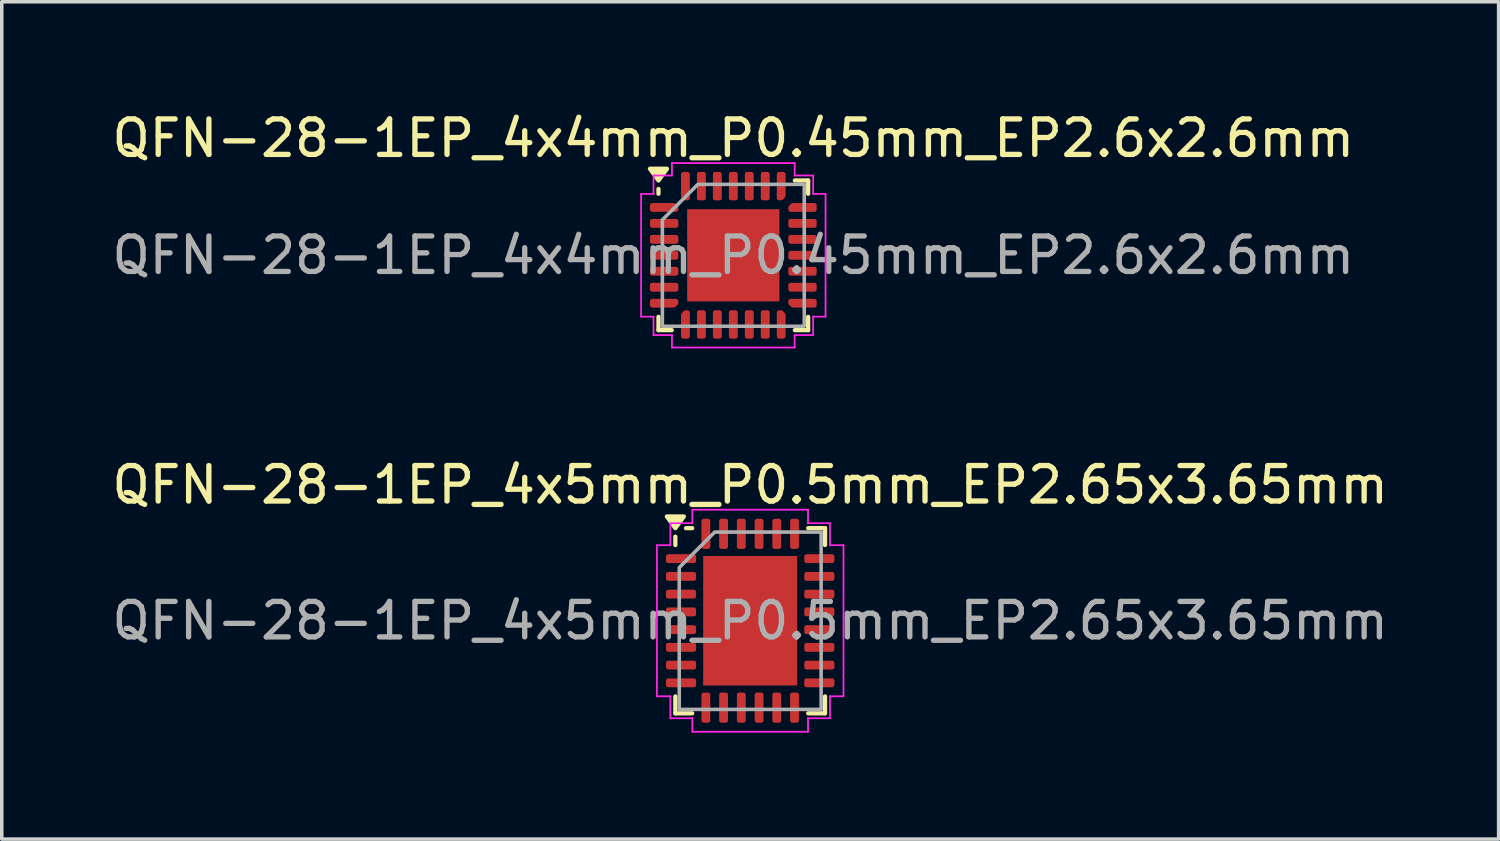
<source format=kicad_pcb>
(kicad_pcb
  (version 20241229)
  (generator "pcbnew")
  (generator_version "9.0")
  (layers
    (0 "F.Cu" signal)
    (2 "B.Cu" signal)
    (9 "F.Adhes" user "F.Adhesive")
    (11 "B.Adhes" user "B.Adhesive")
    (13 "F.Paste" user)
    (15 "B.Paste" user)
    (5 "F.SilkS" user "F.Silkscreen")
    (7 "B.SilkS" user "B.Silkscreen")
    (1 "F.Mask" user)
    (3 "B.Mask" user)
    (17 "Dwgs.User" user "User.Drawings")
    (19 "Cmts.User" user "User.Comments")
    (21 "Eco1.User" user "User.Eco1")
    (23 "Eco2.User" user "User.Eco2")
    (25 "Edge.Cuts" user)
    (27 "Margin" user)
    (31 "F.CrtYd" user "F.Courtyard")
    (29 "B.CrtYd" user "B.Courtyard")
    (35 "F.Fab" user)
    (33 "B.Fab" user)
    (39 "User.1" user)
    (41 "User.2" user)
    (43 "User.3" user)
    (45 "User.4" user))
  (footprint "QFN-28-1EP_4x4mm_P0.45mm_EP2.6x2.6mm"
    (layer "F.Cu")
    (at 17.625 4.148)
    (property "Reference" "QFN-28-1EP_4x4mm_P0.45mm_EP2.6x2.6mm" (at 0 -3.3 0) (layer "F.SilkS") (effects (font (size 1 1) (thickness 0.15))))
    (attr smd)
    (fp_line (start -2.11 -1.735) (end -2.11 -1.87) (stroke (width 0.12) (type solid)) (layer "F.SilkS"))
    (fp_line (start -2.11 2.11) (end -2.11 1.735) (stroke (width 0.12) (type solid)) (layer "F.SilkS"))
    (fp_line (start -1.735 2.11) (end -2.11 2.11) (stroke (width 0.12) (type solid)) (layer "F.SilkS"))
    (fp_line (start 1.735 -2.11) (end 2.11 -2.11) (stroke (width 0.12) (type solid)) (layer "F.SilkS"))
    (fp_line (start 1.735 2.11) (end 2.11 2.11) (stroke (width 0.12) (type solid)) (layer "F.SilkS"))
    (fp_line (start 2.11 -2.11) (end 2.11 -1.735) (stroke (width 0.12) (type solid)) (layer "F.SilkS"))
    (fp_line (start 2.11 2.11) (end 2.11 1.735) (stroke (width 0.12) (type solid)) (layer "F.SilkS"))
    (fp_poly (pts (xy -2.11 -2.11) (xy -2.35 -2.44) (xy -1.87 -2.44)) (stroke (width 0.12) (type solid)) (fill yes) (layer "F.SilkS"))
    (fp_line (start -2.6 -1.73) (end -2.25 -1.73) (stroke (width 0.05) (type solid)) (layer "F.CrtYd"))
    (fp_line (start -2.6 1.73) (end -2.6 -1.73) (stroke (width 0.05) (type solid)) (layer "F.CrtYd"))
    (fp_line (start -2.25 -2.25) (end -1.73 -2.25) (stroke (width 0.05) (type solid)) (layer "F.CrtYd"))
    (fp_line (start -2.25 -1.73) (end -2.25 -2.25) (stroke (width 0.05) (type solid)) (layer "F.CrtYd"))
    (fp_line (start -2.25 1.73) (end -2.6 1.73) (stroke (width 0.05) (type solid)) (layer "F.CrtYd"))
    (fp_line (start -2.25 2.25) (end -2.25 1.73) (stroke (width 0.05) (type solid)) (layer "F.CrtYd"))
    (fp_line (start -1.73 -2.6) (end 1.73 -2.6) (stroke (width 0.05) (type solid)) (layer "F.CrtYd"))
    (fp_line (start -1.73 -2.25) (end -1.73 -2.6) (stroke (width 0.05) (type solid)) (layer "F.CrtYd"))
    (fp_line (start -1.73 2.25) (end -2.25 2.25) (stroke (width 0.05) (type solid)) (layer "F.CrtYd"))
    (fp_line (start -1.73 2.6) (end -1.73 2.25) (stroke (width 0.05) (type solid)) (layer "F.CrtYd"))
    (fp_line (start 1.73 -2.6) (end 1.73 -2.25) (stroke (width 0.05) (type solid)) (layer "F.CrtYd"))
    (fp_line (start 1.73 -2.25) (end 2.25 -2.25) (stroke (width 0.05) (type solid)) (layer "F.CrtYd"))
    (fp_line (start 1.73 2.25) (end 1.73 2.6) (stroke (width 0.05) (type solid)) (layer "F.CrtYd"))
    (fp_line (start 1.73 2.6) (end -1.73 2.6) (stroke (width 0.05) (type solid)) (layer "F.CrtYd"))
    (fp_line (start 2.25 -2.25) (end 2.25 -1.73) (stroke (width 0.05) (type solid)) (layer "F.CrtYd"))
    (fp_line (start 2.25 -1.73) (end 2.6 -1.73) (stroke (width 0.05) (type solid)) (layer "F.CrtYd"))
    (fp_line (start 2.25 1.73) (end 2.25 2.25) (stroke (width 0.05) (type solid)) (layer "F.CrtYd"))
    (fp_line (start 2.25 2.25) (end 1.73 2.25) (stroke (width 0.05) (type solid)) (layer "F.CrtYd"))
    (fp_line (start 2.6 -1.73) (end 2.6 1.73) (stroke (width 0.05) (type solid)) (layer "F.CrtYd"))
    (fp_line (start 2.6 1.73) (end 2.25 1.73) (stroke (width 0.05) (type solid)) (layer "F.CrtYd"))
    (fp_poly (pts (xy -2 -1) (xy -2 2) (xy 2 2) (xy 2 -2) (xy -1 -2)) (stroke (width 0.1) (type solid)) (fill no) (layer "F.Fab"))
    (fp_text user "${REFERENCE}" (at 0 0 0) (layer "F.Fab") (effects (font (size 1 1) (thickness 0.15))))
    (pad "" smd roundrect (at -0.65 -0.65) (size 1.05 1.05) (layers "F.Paste") (roundrect_rratio 0.238))
    (pad "" smd roundrect (at -0.65 0.65) (size 1.05 1.05) (layers "F.Paste") (roundrect_rratio 0.238))
    (pad "" smd roundrect (at 0.65 -0.65) (size 1.05 1.05) (layers "F.Paste") (roundrect_rratio 0.238))
    (pad "" smd roundrect (at 0.65 0.65) (size 1.05 1.05) (layers "F.Paste") (roundrect_rratio 0.238))
    (pad "1" smd custom (at -1.95 -1.35) (size 0.179 0.179) (layers "F.Cu" "F.Mask" "F.Paste") (options (anchor circle)) (primitives (gr_poly (pts (xy -0.338 -0.062) (xy 0.274 -0.062) (xy 0.338 0.001) (xy 0.338 0.062) (xy -0.338 0.062)) (width 0.125) (fill yes))))
    (pad "2" smd roundrect (at -1.95 -0.9) (size 0.8 0.25) (layers "F.Cu" "F.Mask" "F.Paste") (roundrect_rratio 0.25))
    (pad "3" smd roundrect (at -1.95 -0.45) (size 0.8 0.25) (layers "F.Cu" "F.Mask" "F.Paste") (roundrect_rratio 0.25))
    (pad "4" smd roundrect (at -1.95 0) (size 0.8 0.25) (layers "F.Cu" "F.Mask" "F.Paste") (roundrect_rratio 0.25))
    (pad "5" smd roundrect (at -1.95 0.45) (size 0.8 0.25) (layers "F.Cu" "F.Mask" "F.Paste") (roundrect_rratio 0.25))
    (pad "6" smd roundrect (at -1.95 0.9) (size 0.8 0.25) (layers "F.Cu" "F.Mask" "F.Paste") (roundrect_rratio 0.25))
    (pad "7" smd custom (at -1.95 1.35) (size 0.179 0.179) (layers "F.Cu" "F.Mask" "F.Paste") (options (anchor circle)) (primitives (gr_poly (pts (xy -0.338 -0.062) (xy 0.338 -0.062) (xy 0.338 -0.001) (xy 0.274 0.062) (xy -0.338 0.062)) (width 0.125) (fill yes))))
    (pad "8" smd custom (at -1.35 1.95) (size 0.179 0.179) (layers "F.Cu" "F.Mask" "F.Paste") (options (anchor circle)) (primitives (gr_poly (pts (xy -0.062 -0.274) (xy 0.001 -0.338) (xy 0.062 -0.338) (xy 0.062 0.338) (xy -0.062 0.338)) (width 0.125) (fill yes))))
    (pad "9" smd roundrect (at -0.9 1.95) (size 0.25 0.8) (layers "F.Cu" "F.Mask" "F.Paste") (roundrect_rratio 0.25))
    (pad "10" smd roundrect (at -0.45 1.95) (size 0.25 0.8) (layers "F.Cu" "F.Mask" "F.Paste") (roundrect_rratio 0.25))
    (pad "11" smd roundrect (at 0 1.95) (size 0.25 0.8) (layers "F.Cu" "F.Mask" "F.Paste") (roundrect_rratio 0.25))
    (pad "12" smd roundrect (at 0.45 1.95) (size 0.25 0.8) (layers "F.Cu" "F.Mask" "F.Paste") (roundrect_rratio 0.25))
    (pad "13" smd roundrect (at 0.9 1.95) (size 0.25 0.8) (layers "F.Cu" "F.Mask" "F.Paste") (roundrect_rratio 0.25))
    (pad "14" smd custom (at 1.35 1.95) (size 0.179 0.179) (layers "F.Cu" "F.Mask" "F.Paste") (options (anchor circle)) (primitives (gr_poly (pts (xy -0.062 -0.338) (xy -0.001 -0.338) (xy 0.062 -0.274) (xy 0.062 0.338) (xy -0.062 0.338)) (width 0.125) (fill yes))))
    (pad "15" smd custom (at 1.95 1.35) (size 0.179 0.179) (layers "F.Cu" "F.Mask" "F.Paste") (options (anchor circle)) (primitives (gr_poly (pts (xy -0.338 -0.062) (xy 0.338 -0.062) (xy 0.338 0.062) (xy -0.274 0.062) (xy -0.338 -0.001)) (width 0.125) (fill yes))))
    (pad "16" smd roundrect (at 1.95 0.9) (size 0.8 0.25) (layers "F.Cu" "F.Mask" "F.Paste") (roundrect_rratio 0.25))
    (pad "17" smd roundrect (at 1.95 0.45) (size 0.8 0.25) (layers "F.Cu" "F.Mask" "F.Paste") (roundrect_rratio 0.25))
    (pad "18" smd roundrect (at 1.95 0) (size 0.8 0.25) (layers "F.Cu" "F.Mask" "F.Paste") (roundrect_rratio 0.25))
    (pad "19" smd roundrect (at 1.95 -0.45) (size 0.8 0.25) (layers "F.Cu" "F.Mask" "F.Paste") (roundrect_rratio 0.25))
    (pad "20" smd roundrect (at 1.95 -0.9) (size 0.8 0.25) (layers "F.Cu" "F.Mask" "F.Paste") (roundrect_rratio 0.25))
    (pad "21" smd custom (at 1.95 -1.35) (size 0.179 0.179) (layers "F.Cu" "F.Mask" "F.Paste") (options (anchor circle)) (primitives (gr_poly (pts (xy -0.338 0.001) (xy -0.274 -0.062) (xy 0.338 -0.062) (xy 0.338 0.062) (xy -0.338 0.062)) (width 0.125) (fill yes))))
    (pad "22" smd custom (at 1.35 -1.95) (size 0.179 0.179) (layers "F.Cu" "F.Mask" "F.Paste") (options (anchor circle)) (primitives (gr_poly (pts (xy -0.062 -0.338) (xy 0.062 -0.338) (xy 0.062 0.274) (xy -0.001 0.338) (xy -0.062 0.338)) (width 0.125) (fill yes))))
    (pad "23" smd roundrect (at 0.9 -1.95) (size 0.25 0.8) (layers "F.Cu" "F.Mask" "F.Paste") (roundrect_rratio 0.25))
    (pad "24" smd roundrect (at 0.45 -1.95) (size 0.25 0.8) (layers "F.Cu" "F.Mask" "F.Paste") (roundrect_rratio 0.25))
    (pad "25" smd roundrect (at 0 -1.95) (size 0.25 0.8) (layers "F.Cu" "F.Mask" "F.Paste") (roundrect_rratio 0.25))
    (pad "26" smd roundrect (at -0.45 -1.95) (size 0.25 0.8) (layers "F.Cu" "F.Mask" "F.Paste") (roundrect_rratio 0.25))
    (pad "27" smd roundrect (at -0.9 -1.95) (size 0.25 0.8) (layers "F.Cu" "F.Mask" "F.Paste") (roundrect_rratio 0.25))
    (pad "28" smd custom (at -1.35 -1.95) (size 0.179 0.179) (layers "F.Cu" "F.Mask" "F.Paste") (options (anchor circle)) (primitives (gr_poly (pts (xy -0.062 -0.338) (xy 0.062 -0.338) (xy 0.062 0.338) (xy 0.001 0.338) (xy -0.062 0.274)) (width 0.125) (fill yes))))
    (pad "29" smd rect (at 0 0) (size 2.6 2.6) (property pad_prop_heatsink) (layers "F.Cu" "F.Mask")))
  (footprint "QFN-28-1EP_4x5mm_P0.5mm_EP2.65x3.65mm"
    (layer "F.Cu")
    (at 18.101 14.451)
    (property "Reference" "QFN-28-1EP_4x5mm_P0.5mm_EP2.65x3.65mm" (at 0 -3.83 0) (layer "F.SilkS") (effects (font (size 1 1) (thickness 0.15))))
    (attr smd)
    (fp_line (start -2.11 -2.135) (end -2.11 -2.37) (stroke (width 0.12) (type solid)) (layer "F.SilkS"))
    (fp_line (start -2.11 2.61) (end -2.11 2.135) (stroke (width 0.12) (type solid)) (layer "F.SilkS"))
    (fp_line (start -1.635 -2.61) (end -1.81 -2.61) (stroke (width 0.12) (type solid)) (layer "F.SilkS"))
    (fp_line (start -1.635 2.61) (end -2.11 2.61) (stroke (width 0.12) (type solid)) (layer "F.SilkS"))
    (fp_line (start 1.635 -2.61) (end 2.11 -2.61) (stroke (width 0.12) (type solid)) (layer "F.SilkS"))
    (fp_line (start 1.635 2.61) (end 2.11 2.61) (stroke (width 0.12) (type solid)) (layer "F.SilkS"))
    (fp_line (start 2.11 -2.61) (end 2.11 -2.135) (stroke (width 0.12) (type solid)) (layer "F.SilkS"))
    (fp_line (start 2.11 2.61) (end 2.11 2.135) (stroke (width 0.12) (type solid)) (layer "F.SilkS"))
    (fp_poly (pts (xy -2.11 -2.61) (xy -2.35 -2.94) (xy -1.87 -2.94)) (stroke (width 0.12) (type solid)) (fill yes) (layer "F.SilkS"))
    (fp_line (start -2.63 -2.13) (end -2.25 -2.13) (stroke (width 0.05) (type solid)) (layer "F.CrtYd"))
    (fp_line (start -2.63 2.13) (end -2.63 -2.13) (stroke (width 0.05) (type solid)) (layer "F.CrtYd"))
    (fp_line (start -2.25 -2.75) (end -1.63 -2.75) (stroke (width 0.05) (type solid)) (layer "F.CrtYd"))
    (fp_line (start -2.25 -2.13) (end -2.25 -2.75) (stroke (width 0.05) (type solid)) (layer "F.CrtYd"))
    (fp_line (start -2.25 2.13) (end -2.63 2.13) (stroke (width 0.05) (type solid)) (layer "F.CrtYd"))
    (fp_line (start -2.25 2.75) (end -2.25 2.13) (stroke (width 0.05) (type solid)) (layer "F.CrtYd"))
    (fp_line (start -1.63 -3.13) (end 1.63 -3.13) (stroke (width 0.05) (type solid)) (layer "F.CrtYd"))
    (fp_line (start -1.63 -2.75) (end -1.63 -3.13) (stroke (width 0.05) (type solid)) (layer "F.CrtYd"))
    (fp_line (start -1.63 2.75) (end -2.25 2.75) (stroke (width 0.05) (type solid)) (layer "F.CrtYd"))
    (fp_line (start -1.63 3.13) (end -1.63 2.75) (stroke (width 0.05) (type solid)) (layer "F.CrtYd"))
    (fp_line (start 1.63 -3.13) (end 1.63 -2.75) (stroke (width 0.05) (type solid)) (layer "F.CrtYd"))
    (fp_line (start 1.63 -2.75) (end 2.25 -2.75) (stroke (width 0.05) (type solid)) (layer "F.CrtYd"))
    (fp_line (start 1.63 2.75) (end 1.63 3.13) (stroke (width 0.05) (type solid)) (layer "F.CrtYd"))
    (fp_line (start 1.63 3.13) (end -1.63 3.13) (stroke (width 0.05) (type solid)) (layer "F.CrtYd"))
    (fp_line (start 2.25 -2.75) (end 2.25 -2.13) (stroke (width 0.05) (type solid)) (layer "F.CrtYd"))
    (fp_line (start 2.25 -2.13) (end 2.63 -2.13) (stroke (width 0.05) (type solid)) (layer "F.CrtYd"))
    (fp_line (start 2.25 2.13) (end 2.25 2.75) (stroke (width 0.05) (type solid)) (layer "F.CrtYd"))
    (fp_line (start 2.25 2.75) (end 1.63 2.75) (stroke (width 0.05) (type solid)) (layer "F.CrtYd"))
    (fp_line (start 2.63 -2.13) (end 2.63 2.13) (stroke (width 0.05) (type solid)) (layer "F.CrtYd"))
    (fp_line (start 2.63 2.13) (end 2.25 2.13) (stroke (width 0.05) (type solid)) (layer "F.CrtYd"))
    (fp_poly (pts (xy -2 -1.5) (xy -2 2.5) (xy 2 2.5) (xy 2 -2.5) (xy -1 -2.5)) (stroke (width 0.1) (type solid)) (fill no) (layer "F.Fab"))
    (fp_text user "${REFERENCE}" (at 0 0 0) (layer "F.Fab") (effects (font (size 1 1) (thickness 0.15))))
    (pad "" smd roundrect (at -0.66 -1.22) (size 1.07 0.98) (layers "F.Paste") (roundrect_rratio 0.25))
    (pad "" smd roundrect (at -0.66 0) (size 1.07 0.98) (layers "F.Paste") (roundrect_rratio 0.25))
    (pad "" smd roundrect (at -0.66 1.22) (size 1.07 0.98) (layers "F.Paste") (roundrect_rratio 0.25))
    (pad "" smd roundrect (at 0.66 -1.22) (size 1.07 0.98) (layers "F.Paste") (roundrect_rratio 0.25))
    (pad "" smd roundrect (at 0.66 0) (size 1.07 0.98) (layers "F.Paste") (roundrect_rratio 0.25))
    (pad "" smd roundrect (at 0.66 1.22) (size 1.07 0.98) (layers "F.Paste") (roundrect_rratio 0.25))
    (pad "1" smd roundrect (at -1.95 -1.75) (size 0.85 0.25) (layers "F.Cu" "F.Mask" "F.Paste") (roundrect_rratio 0.25))
    (pad "2" smd roundrect (at -1.95 -1.25) (size 0.85 0.25) (layers "F.Cu" "F.Mask" "F.Paste") (roundrect_rratio 0.25))
    (pad "3" smd roundrect (at -1.95 -0.75) (size 0.85 0.25) (layers "F.Cu" "F.Mask" "F.Paste") (roundrect_rratio 0.25))
    (pad "4" smd roundrect (at -1.95 -0.25) (size 0.85 0.25) (layers "F.Cu" "F.Mask" "F.Paste") (roundrect_rratio 0.25))
    (pad "5" smd roundrect (at -1.95 0.25) (size 0.85 0.25) (layers "F.Cu" "F.Mask" "F.Paste") (roundrect_rratio 0.25))
    (pad "6" smd roundrect (at -1.95 0.75) (size 0.85 0.25) (layers "F.Cu" "F.Mask" "F.Paste") (roundrect_rratio 0.25))
    (pad "7" smd roundrect (at -1.95 1.25) (size 0.85 0.25) (layers "F.Cu" "F.Mask" "F.Paste") (roundrect_rratio 0.25))
    (pad "8" smd roundrect (at -1.95 1.75) (size 0.85 0.25) (layers "F.Cu" "F.Mask" "F.Paste") (roundrect_rratio 0.25))
    (pad "9" smd roundrect (at -1.25 2.45) (size 0.25 0.85) (layers "F.Cu" "F.Mask" "F.Paste") (roundrect_rratio 0.25))
    (pad "10" smd roundrect (at -0.75 2.45) (size 0.25 0.85) (layers "F.Cu" "F.Mask" "F.Paste") (roundrect_rratio 0.25))
    (pad "11" smd roundrect (at -0.25 2.45) (size 0.25 0.85) (layers "F.Cu" "F.Mask" "F.Paste") (roundrect_rratio 0.25))
    (pad "12" smd roundrect (at 0.25 2.45) (size 0.25 0.85) (layers "F.Cu" "F.Mask" "F.Paste") (roundrect_rratio 0.25))
    (pad "13" smd roundrect (at 0.75 2.45) (size 0.25 0.85) (layers "F.Cu" "F.Mask" "F.Paste") (roundrect_rratio 0.25))
    (pad "14" smd roundrect (at 1.25 2.45) (size 0.25 0.85) (layers "F.Cu" "F.Mask" "F.Paste") (roundrect_rratio 0.25))
    (pad "15" smd roundrect (at 1.95 1.75) (size 0.85 0.25) (layers "F.Cu" "F.Mask" "F.Paste") (roundrect_rratio 0.25))
    (pad "16" smd roundrect (at 1.95 1.25) (size 0.85 0.25) (layers "F.Cu" "F.Mask" "F.Paste") (roundrect_rratio 0.25))
    (pad "17" smd roundrect (at 1.95 0.75) (size 0.85 0.25) (layers "F.Cu" "F.Mask" "F.Paste") (roundrect_rratio 0.25))
    (pad "18" smd roundrect (at 1.95 0.25) (size 0.85 0.25) (layers "F.Cu" "F.Mask" "F.Paste") (roundrect_rratio 0.25))
    (pad "19" smd roundrect (at 1.95 -0.25) (size 0.85 0.25) (layers "F.Cu" "F.Mask" "F.Paste") (roundrect_rratio 0.25))
    (pad "20" smd roundrect (at 1.95 -0.75) (size 0.85 0.25) (layers "F.Cu" "F.Mask" "F.Paste") (roundrect_rratio 0.25))
    (pad "21" smd roundrect (at 1.95 -1.25) (size 0.85 0.25) (layers "F.Cu" "F.Mask" "F.Paste") (roundrect_rratio 0.25))
    (pad "22" smd roundrect (at 1.95 -1.75) (size 0.85 0.25) (layers "F.Cu" "F.Mask" "F.Paste") (roundrect_rratio 0.25))
    (pad "23" smd roundrect (at 1.25 -2.45) (size 0.25 0.85) (layers "F.Cu" "F.Mask" "F.Paste") (roundrect_rratio 0.25))
    (pad "24" smd roundrect (at 0.75 -2.45) (size 0.25 0.85) (layers "F.Cu" "F.Mask" "F.Paste") (roundrect_rratio 0.25))
    (pad "25" smd roundrect (at 0.25 -2.45) (size 0.25 0.85) (layers "F.Cu" "F.Mask" "F.Paste") (roundrect_rratio 0.25))
    (pad "26" smd roundrect (at -0.25 -2.45) (size 0.25 0.85) (layers "F.Cu" "F.Mask" "F.Paste") (roundrect_rratio 0.25))
    (pad "27" smd roundrect (at -0.75 -2.45) (size 0.25 0.85) (layers "F.Cu" "F.Mask" "F.Paste") (roundrect_rratio 0.25))
    (pad "28" smd roundrect (at -1.25 -2.45) (size 0.25 0.85) (layers "F.Cu" "F.Mask" "F.Paste") (roundrect_rratio 0.25))
    (pad "29" smd rect (at 0 0) (size 2.65 3.65) (property pad_prop_heatsink) (layers "F.Cu" "F.Mask")))
  (gr_rect
    (start -3 -3)
    (end 39.202 20.607)
    (stroke (width 0.1) (type default))
    (fill no)
    (layer "Edge.Cuts")))
</source>
